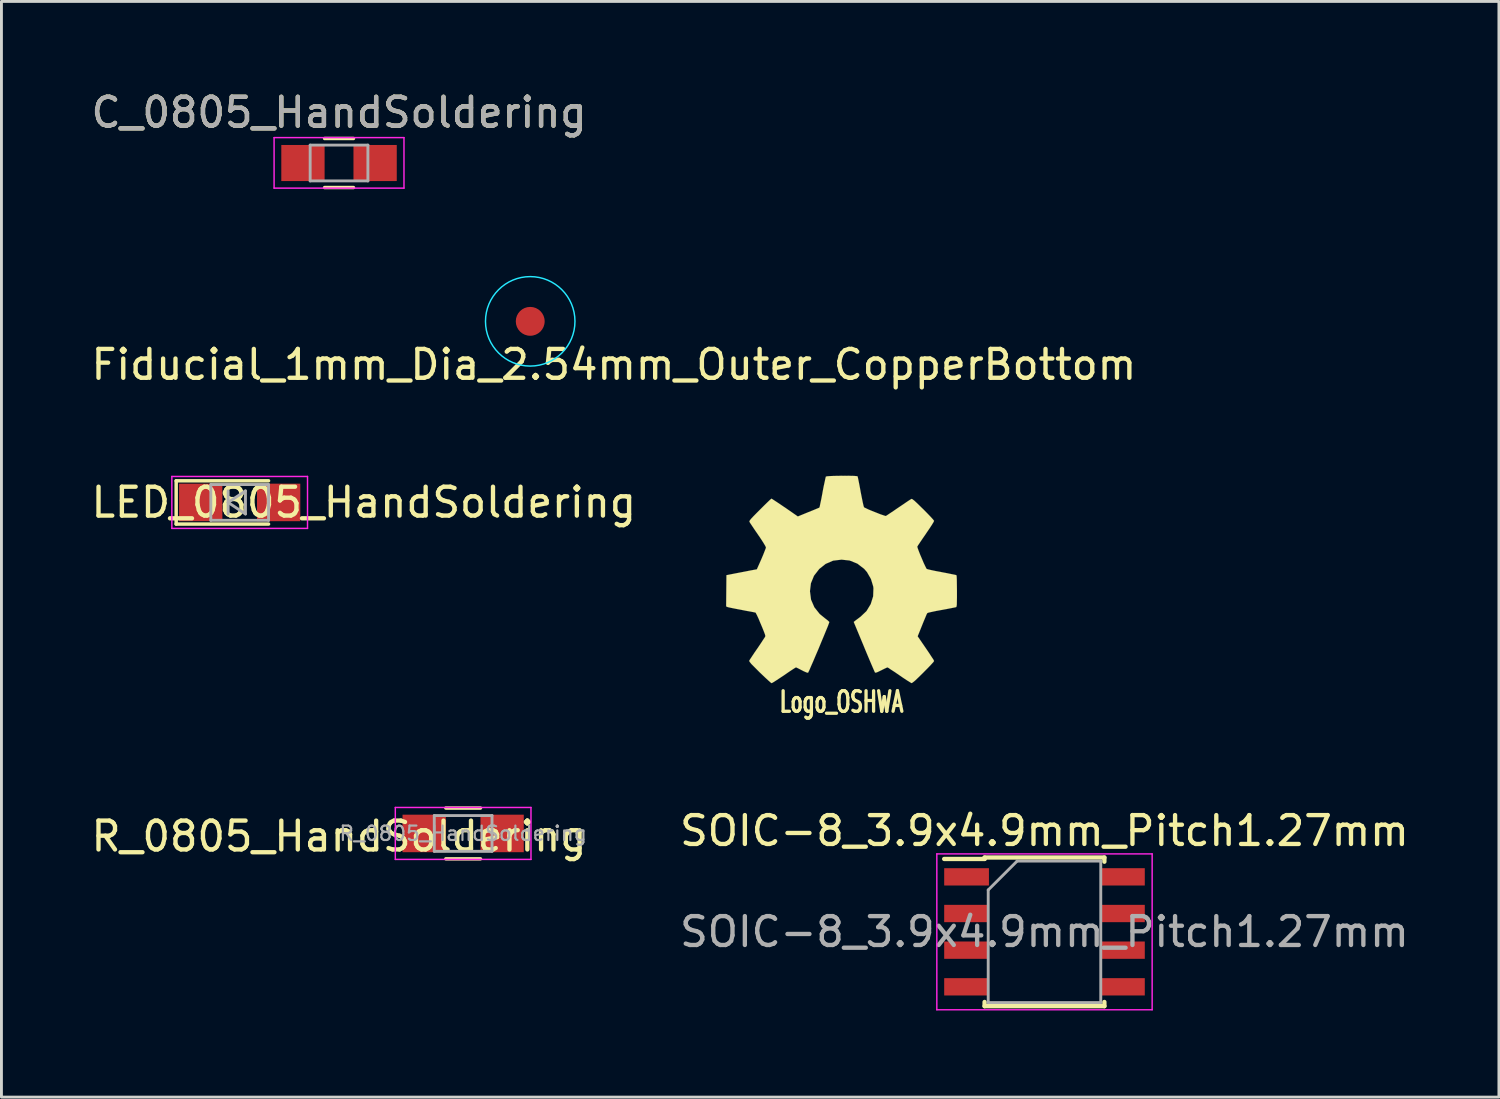
<source format=kicad_pcb>
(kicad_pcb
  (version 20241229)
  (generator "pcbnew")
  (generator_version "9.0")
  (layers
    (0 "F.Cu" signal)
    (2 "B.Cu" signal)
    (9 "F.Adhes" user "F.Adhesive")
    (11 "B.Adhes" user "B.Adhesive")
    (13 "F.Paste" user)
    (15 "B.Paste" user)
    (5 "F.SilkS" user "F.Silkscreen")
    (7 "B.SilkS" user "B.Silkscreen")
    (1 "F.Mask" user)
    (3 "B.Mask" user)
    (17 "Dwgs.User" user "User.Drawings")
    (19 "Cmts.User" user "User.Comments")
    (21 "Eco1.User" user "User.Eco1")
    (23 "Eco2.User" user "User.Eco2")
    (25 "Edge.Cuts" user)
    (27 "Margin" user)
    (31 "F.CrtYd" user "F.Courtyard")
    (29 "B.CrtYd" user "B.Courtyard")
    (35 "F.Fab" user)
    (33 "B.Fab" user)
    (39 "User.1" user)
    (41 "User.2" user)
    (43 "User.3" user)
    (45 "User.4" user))
  (footprint "SOIC-8_3.9x4.9mm_Pitch1.27mm"
    (layer "F.Cu")
    (at 33.137 29.234)
    (property "Reference" "SOIC-8_3.9x4.9mm_Pitch1.27mm" (at 0 -3.5 0) (layer "F.SilkS") (effects (font (size 1 1) (thickness 0.15))))
    (attr smd)
    (fp_line (start -2.075 -2.575) (end -2.075 -2.525) (stroke (width 0.15) (type solid)) (layer "F.SilkS"))
    (fp_line (start -2.075 -2.575) (end 2.075 -2.575) (stroke (width 0.15) (type solid)) (layer "F.SilkS"))
    (fp_line (start -2.075 -2.525) (end -3.475 -2.525) (stroke (width 0.15) (type solid)) (layer "F.SilkS"))
    (fp_line (start -2.075 2.575) (end -2.075 2.43) (stroke (width 0.15) (type solid)) (layer "F.SilkS"))
    (fp_line (start -2.075 2.575) (end 2.075 2.575) (stroke (width 0.15) (type solid)) (layer "F.SilkS"))
    (fp_line (start 2.075 -2.575) (end 2.075 -2.43) (stroke (width 0.15) (type solid)) (layer "F.SilkS"))
    (fp_line (start 2.075 2.575) (end 2.075 2.43) (stroke (width 0.15) (type solid)) (layer "F.SilkS"))
    (fp_line (start -3.73 -2.7) (end -3.73 2.7) (stroke (width 0.05) (type solid)) (layer "F.CrtYd"))
    (fp_line (start -3.73 -2.7) (end 3.73 -2.7) (stroke (width 0.05) (type solid)) (layer "F.CrtYd"))
    (fp_line (start -3.73 2.7) (end 3.73 2.7) (stroke (width 0.05) (type solid)) (layer "F.CrtYd"))
    (fp_line (start 3.73 -2.7) (end 3.73 2.7) (stroke (width 0.05) (type solid)) (layer "F.CrtYd"))
    (fp_line (start -1.95 -1.45) (end -0.95 -2.45) (stroke (width 0.1) (type solid)) (layer "F.Fab"))
    (fp_line (start -1.95 2.45) (end -1.95 -1.45) (stroke (width 0.1) (type solid)) (layer "F.Fab"))
    (fp_line (start -0.95 -2.45) (end 1.95 -2.45) (stroke (width 0.1) (type solid)) (layer "F.Fab"))
    (fp_line (start 1.95 -2.45) (end 1.95 2.45) (stroke (width 0.1) (type solid)) (layer "F.Fab"))
    (fp_line (start 1.95 2.45) (end -1.95 2.45) (stroke (width 0.1) (type solid)) (layer "F.Fab"))
    (fp_text user "${REFERENCE}" (at 0 0 0) (layer "F.Fab") (effects (font (size 1 1) (thickness 0.15))))
    (pad "1" smd rect (at -2.7 -1.905) (size 1.55 0.6) (layers "F.Cu" "F.Mask" "F.Paste"))
    (pad "2" smd rect (at -2.7 -0.635) (size 1.55 0.6) (layers "F.Cu" "F.Mask" "F.Paste"))
    (pad "3" smd rect (at -2.7 0.635) (size 1.55 0.6) (layers "F.Cu" "F.Mask" "F.Paste"))
    (pad "4" smd rect (at -2.7 1.905) (size 1.55 0.6) (layers "F.Cu" "F.Mask" "F.Paste"))
    (pad "5" smd rect (at 2.7 1.905) (size 1.55 0.6) (layers "F.Cu" "F.Mask" "F.Paste"))
    (pad "6" smd rect (at 2.7 0.635) (size 1.55 0.6) (layers "F.Cu" "F.Mask" "F.Paste"))
    (pad "7" smd rect (at 2.7 -0.635) (size 1.55 0.6) (layers "F.Cu" "F.Mask" "F.Paste"))
    (pad "8" smd rect (at 2.7 -1.905) (size 1.55 0.6) (layers "F.Cu" "F.Mask" "F.Paste")))
  (footprint "R_0805_HandSoldering"
    (layer "F.Cu")
    (at 12.996 25.825)
    (property "Reference" "R_0805_HandSoldering" (at -4.3 0.1 0) (layer "F.SilkS") (effects (font (size 1 1) (thickness 0.15))))
    (attr smd)
    (fp_line (start -0.6 -0.88) (end 0.6 -0.88) (stroke (width 0.12) (type solid)) (layer "F.SilkS"))
    (fp_line (start 0.6 0.88) (end -0.6 0.88) (stroke (width 0.12) (type solid)) (layer "F.SilkS"))
    (fp_line (start -2.35 -0.9) (end -2.35 0.9) (stroke (width 0.05) (type solid)) (layer "F.CrtYd"))
    (fp_line (start -2.35 -0.9) (end 2.35 -0.9) (stroke (width 0.05) (type solid)) (layer "F.CrtYd"))
    (fp_line (start 2.35 0.9) (end -2.35 0.9) (stroke (width 0.05) (type solid)) (layer "F.CrtYd"))
    (fp_line (start 2.35 0.9) (end 2.35 -0.9) (stroke (width 0.05) (type solid)) (layer "F.CrtYd"))
    (fp_line (start -1 -0.62) (end 1 -0.62) (stroke (width 0.1) (type solid)) (layer "F.Fab"))
    (fp_line (start -1 0.62) (end -1 -0.62) (stroke (width 0.1) (type solid)) (layer "F.Fab"))
    (fp_line (start 1 -0.62) (end 1 0.62) (stroke (width 0.1) (type solid)) (layer "F.Fab"))
    (fp_line (start 1 0.62) (end -1 0.62) (stroke (width 0.1) (type solid)) (layer "F.Fab"))
    (fp_text user "${REFERENCE}" (at 0 0 0) (layer "F.Fab") (effects (font (size 0.5 0.5) (thickness 0.075))))
    (pad "1" smd rect (at -1.35 0) (size 1.5 1.3) (layers "F.Cu" "F.Mask" "F.Paste"))
    (pad "2" smd rect (at 1.35 0) (size 1.5 1.3) (layers "F.Cu" "F.Mask" "F.Paste")))
  (footprint "Fiducial_1mm_Dia_2.54mm_Outer_CopperBottom"
    (layer "F.Cu")
    (at 15.32 8.083)
    (property "Reference" "Fiducial_1mm_Dia_2.54mm_Outer_CopperBottom" (at 2.9 1.5 0) (layer "F.SilkS") (effects (font (size 1 1) (thickness 0.15))))
    (attr exclude_from_pos_files exclude_from_bom)
    (fp_circle (center 0 0) (end 1.55 0) (stroke (width 0.05) (type solid)) (fill no) (layer "B.CrtYd"))
    (pad "~" smd circle (at 0 0) (size 1 1) (layers "F.Cu")))
  (footprint "LED_0805_HandSoldering"
    (layer "F.Cu")
    (at 5.254 14.357)
    (property "Reference" "LED_0805_HandSoldering" (at 4.3 0 0) (layer "F.SilkS") (effects (font (size 1 1) (thickness 0.15))))
    (attr smd)
    (fp_line (start -2.2 -0.75) (end -2.2 0.75) (stroke (width 0.12) (type solid)) (layer "F.SilkS"))
    (fp_line (start -2.2 -0.75) (end 1 -0.75) (stroke (width 0.12) (type solid)) (layer "F.SilkS"))
    (fp_line (start 1 0.75) (end -2.2 0.75) (stroke (width 0.12) (type solid)) (layer "F.SilkS"))
    (fp_line (start -2.35 -0.9) (end -2.35 0.9) (stroke (width 0.05) (type solid)) (layer "F.CrtYd"))
    (fp_line (start -2.35 -0.9) (end 2.35 -0.9) (stroke (width 0.05) (type solid)) (layer "F.CrtYd"))
    (fp_line (start 2.35 0.9) (end -2.35 0.9) (stroke (width 0.05) (type solid)) (layer "F.CrtYd"))
    (fp_line (start 2.35 0.9) (end 2.35 -0.9) (stroke (width 0.05) (type solid)) (layer "F.CrtYd"))
    (fp_line (start -1 -0.62) (end 1 -0.62) (stroke (width 0.1) (type solid)) (layer "F.Fab"))
    (fp_line (start -1 0.62) (end -1 -0.62) (stroke (width 0.1) (type solid)) (layer "F.Fab"))
    (fp_line (start -0.4 -0.4) (end -0.4 0.4) (stroke (width 0.1) (type solid)) (layer "F.Fab"))
    (fp_line (start -0.4 0) (end 0.2 -0.4) (stroke (width 0.1) (type solid)) (layer "F.Fab"))
    (fp_line (start 0.2 -0.4) (end 0.2 0.4) (stroke (width 0.1) (type solid)) (layer "F.Fab"))
    (fp_line (start 0.2 0.4) (end -0.4 0) (stroke (width 0.1) (type solid)) (layer "F.Fab"))
    (fp_line (start 1 -0.62) (end 1 0.62) (stroke (width 0.1) (type solid)) (layer "F.Fab"))
    (fp_line (start 1 0.62) (end -1 0.62) (stroke (width 0.1) (type solid)) (layer "F.Fab"))
    (pad "1" smd rect (at -1.35 0) (size 1.5 1.3) (layers "F.Cu" "F.Mask" "F.Paste"))
    (pad "2" smd rect (at 1.35 0) (size 1.5 1.3) (layers "F.Cu" "F.Mask" "F.Paste")))
  (footprint "Logo_OSHWA"
    (layer "F.Cu")
    (at 26.106 17.027)
    (property "Reference" "Logo_OSHWA" (at 0 4.242 0) (layer "F.SilkS") (effects (font (size 0.711 0.457) (thickness 0.114))))
    (attr through_hole)
    (fp_poly (pts (xy -2.423 3.592) (xy -2.383 3.571) (xy -2.289 3.513) (xy -2.154 3.424) (xy -1.996 3.32) (xy -1.839 3.211) (xy -1.709 3.124) (xy -1.618 3.066) (xy -1.58 3.045) (xy -1.56 3.051) (xy -1.483 3.089) (xy -1.374 3.145) (xy -1.311 3.178) (xy -1.212 3.221) (xy -1.161 3.231) (xy -1.153 3.216) (xy -1.115 3.139) (xy -1.059 3.007) (xy -0.983 2.835) (xy -0.897 2.631) (xy -0.803 2.413) (xy -0.711 2.189) (xy -0.622 1.976) (xy -0.544 1.786) (xy -0.48 1.631) (xy -0.439 1.521) (xy -0.424 1.476) (xy -0.429 1.466) (xy -0.48 1.417) (xy -0.566 1.351) (xy -0.757 1.196) (xy -0.942 0.963) (xy -1.057 0.699) (xy -1.095 0.404) (xy -1.062 0.132) (xy -0.955 -0.13) (xy -0.772 -0.366) (xy -0.551 -0.541) (xy -0.292 -0.653) (xy 0 -0.688) (xy 0.279 -0.658) (xy 0.546 -0.551) (xy 0.782 -0.371) (xy 0.881 -0.257) (xy 1.019 -0.018) (xy 1.097 0.239) (xy 1.105 0.302) (xy 1.095 0.584) (xy 1.011 0.853) (xy 0.864 1.095) (xy 0.658 1.29) (xy 0.63 1.311) (xy 0.536 1.382) (xy 0.472 1.43) (xy 0.422 1.471) (xy 0.78 2.332) (xy 0.836 2.469) (xy 0.935 2.705) (xy 1.021 2.908) (xy 1.09 3.068) (xy 1.138 3.178) (xy 1.158 3.221) (xy 1.161 3.223) (xy 1.191 3.228) (xy 1.257 3.203) (xy 1.377 3.145) (xy 1.458 3.104) (xy 1.549 3.061) (xy 1.59 3.045) (xy 1.626 3.063) (xy 1.712 3.122) (xy 1.841 3.205) (xy 1.994 3.31) (xy 2.141 3.411) (xy 2.276 3.5) (xy 2.375 3.561) (xy 2.423 3.589) (xy 2.431 3.589) (xy 2.471 3.564) (xy 2.55 3.5) (xy 2.667 3.388) (xy 2.832 3.226) (xy 2.857 3.2) (xy 2.995 3.061) (xy 3.106 2.944) (xy 3.18 2.863) (xy 3.205 2.824) (xy 3.183 2.776) (xy 3.119 2.68) (xy 3.03 2.543) (xy 2.921 2.383) (xy 2.637 1.968) (xy 2.794 1.577) (xy 2.842 1.458) (xy 2.903 1.313) (xy 2.946 1.209) (xy 2.972 1.163) (xy 3.012 1.148) (xy 3.122 1.123) (xy 3.277 1.09) (xy 3.459 1.057) (xy 3.637 1.024) (xy 3.797 0.993) (xy 3.912 0.97) (xy 3.962 0.96) (xy 3.975 0.953) (xy 3.985 0.927) (xy 3.993 0.874) (xy 3.995 0.777) (xy 3.998 0.625) (xy 3.998 0.404) (xy 3.998 0.381) (xy 3.995 0.17) (xy 3.993 0.003) (xy 3.988 -0.107) (xy 3.98 -0.15) (xy 3.929 -0.163) (xy 3.818 -0.185) (xy 3.658 -0.218) (xy 3.467 -0.254) (xy 3.457 -0.257) (xy 3.266 -0.292) (xy 3.109 -0.325) (xy 2.997 -0.351) (xy 2.951 -0.366) (xy 2.941 -0.378) (xy 2.903 -0.452) (xy 2.847 -0.569) (xy 2.786 -0.714) (xy 2.723 -0.861) (xy 2.67 -0.996) (xy 2.634 -1.095) (xy 2.624 -1.14) (xy 2.652 -1.186) (xy 2.718 -1.285) (xy 2.809 -1.42) (xy 2.921 -1.582) (xy 2.929 -1.595) (xy 3.038 -1.755) (xy 3.127 -1.89) (xy 3.185 -1.986) (xy 3.205 -2.029) (xy 3.205 -2.032) (xy 3.17 -2.08) (xy 3.089 -2.169) (xy 2.972 -2.291) (xy 2.832 -2.433) (xy 2.786 -2.477) (xy 2.631 -2.629) (xy 2.525 -2.728) (xy 2.456 -2.781) (xy 2.423 -2.794) (xy 2.423 -2.791) (xy 2.375 -2.764) (xy 2.273 -2.697) (xy 2.136 -2.603) (xy 1.974 -2.494) (xy 1.963 -2.487) (xy 1.803 -2.377) (xy 1.671 -2.289) (xy 1.575 -2.225) (xy 1.534 -2.2) (xy 1.527 -2.2) (xy 1.463 -2.22) (xy 1.349 -2.258) (xy 1.209 -2.314) (xy 1.062 -2.372) (xy 0.927 -2.428) (xy 0.826 -2.477) (xy 0.777 -2.502) (xy 0.777 -2.504) (xy 0.759 -2.563) (xy 0.732 -2.682) (xy 0.699 -2.847) (xy 0.66 -3.043) (xy 0.655 -3.073) (xy 0.62 -3.264) (xy 0.589 -3.421) (xy 0.566 -3.531) (xy 0.554 -3.576) (xy 0.528 -3.581) (xy 0.434 -3.589) (xy 0.292 -3.592) (xy 0.119 -3.594) (xy -0.061 -3.592) (xy -0.236 -3.589) (xy -0.389 -3.584) (xy -0.495 -3.576) (xy -0.541 -3.566) (xy -0.544 -3.564) (xy -0.559 -3.505) (xy -0.584 -3.386) (xy -0.62 -3.221) (xy -0.658 -3.023) (xy -0.663 -2.99) (xy -0.699 -2.799) (xy -0.732 -2.644) (xy -0.754 -2.535) (xy -0.767 -2.494) (xy -0.782 -2.484) (xy -0.861 -2.451) (xy -0.988 -2.398) (xy -1.148 -2.334) (xy -1.514 -2.184) (xy -1.961 -2.494) (xy -2.004 -2.522) (xy -2.164 -2.631) (xy -2.299 -2.72) (xy -2.39 -2.779) (xy -2.428 -2.802) (xy -2.431 -2.799) (xy -2.477 -2.761) (xy -2.565 -2.677) (xy -2.687 -2.558) (xy -2.827 -2.418) (xy -2.931 -2.314) (xy -3.056 -2.187) (xy -3.134 -2.103) (xy -3.178 -2.047) (xy -3.193 -2.014) (xy -3.188 -1.994) (xy -3.16 -1.948) (xy -3.094 -1.849) (xy -3.002 -1.712) (xy -2.893 -1.554) (xy -2.802 -1.42) (xy -2.705 -1.27) (xy -2.642 -1.163) (xy -2.619 -1.11) (xy -2.624 -1.087) (xy -2.657 -1.001) (xy -2.71 -0.866) (xy -2.776 -0.709) (xy -2.934 -0.353) (xy -3.167 -0.31) (xy -3.307 -0.282) (xy -3.505 -0.244) (xy -3.693 -0.208) (xy -3.988 -0.15) (xy -3.998 0.932) (xy -3.952 0.953) (xy -3.909 0.965) (xy -3.8 0.988) (xy -3.645 1.019) (xy -3.459 1.054) (xy -3.305 1.085) (xy -3.145 1.113) (xy -3.033 1.135) (xy -2.982 1.146) (xy -2.969 1.163) (xy -2.929 1.24) (xy -2.873 1.361) (xy -2.812 1.509) (xy -2.748 1.659) (xy -2.692 1.798) (xy -2.652 1.905) (xy -2.639 1.961) (xy -2.659 2.004) (xy -2.72 2.095) (xy -2.807 2.228) (xy -2.913 2.385) (xy -3.023 2.543) (xy -3.111 2.677) (xy -3.175 2.774) (xy -3.2 2.817) (xy -3.188 2.847) (xy -3.127 2.924) (xy -3.007 3.045) (xy -2.832 3.221) (xy -2.802 3.249) (xy -2.662 3.383) (xy -2.543 3.493) (xy -2.461 3.566) (xy -2.423 3.592)) (stroke (width 0.003) (type solid)) (fill yes) (layer "F.SilkS")))
  (footprint "C_0805_HandSoldering"
    (layer "F.Cu")
    (at 8.696 2.598)
    (property "Reference" "C_0805_HandSoldering" (at 0 -1.75 0) (layer "F.SilkS") (effects (font (size 1 1) (thickness 0.15))))
    (attr smd)
    (fp_line (start -0.5 0.85) (end 0.5 0.85) (stroke (width 0.12) (type solid)) (layer "F.SilkS"))
    (fp_line (start 0.5 -0.85) (end -0.5 -0.85) (stroke (width 0.12) (type solid)) (layer "F.SilkS"))
    (fp_line (start -2.25 -0.88) (end -2.25 0.87) (stroke (width 0.05) (type solid)) (layer "F.CrtYd"))
    (fp_line (start -2.25 -0.88) (end 2.25 -0.88) (stroke (width 0.05) (type solid)) (layer "F.CrtYd"))
    (fp_line (start 2.25 0.87) (end -2.25 0.87) (stroke (width 0.05) (type solid)) (layer "F.CrtYd"))
    (fp_line (start 2.25 0.87) (end 2.25 -0.88) (stroke (width 0.05) (type solid)) (layer "F.CrtYd"))
    (fp_line (start -1 -0.62) (end 1 -0.62) (stroke (width 0.1) (type solid)) (layer "F.Fab"))
    (fp_line (start -1 0.62) (end -1 -0.62) (stroke (width 0.1) (type solid)) (layer "F.Fab"))
    (fp_line (start 1 -0.62) (end 1 0.62) (stroke (width 0.1) (type solid)) (layer "F.Fab"))
    (fp_line (start 1 0.62) (end -1 0.62) (stroke (width 0.1) (type solid)) (layer "F.Fab"))
    (fp_text user "${REFERENCE}" (at 0 -1.75 0) (layer "F.Fab") (effects (font (size 1 1) (thickness 0.15))))
    (pad "1" smd rect (at -1.25 0) (size 1.5 1.25) (layers "F.Cu" "F.Mask" "F.Paste"))
    (pad "2" smd rect (at 1.25 0) (size 1.5 1.25) (layers "F.Cu" "F.Mask" "F.Paste")))
  (gr_rect
    (start -3 -3)
    (end 48.881 34.959)
    (stroke (width 0.1) (type default))
    (fill no)
    (layer "Edge.Cuts")))
</source>
